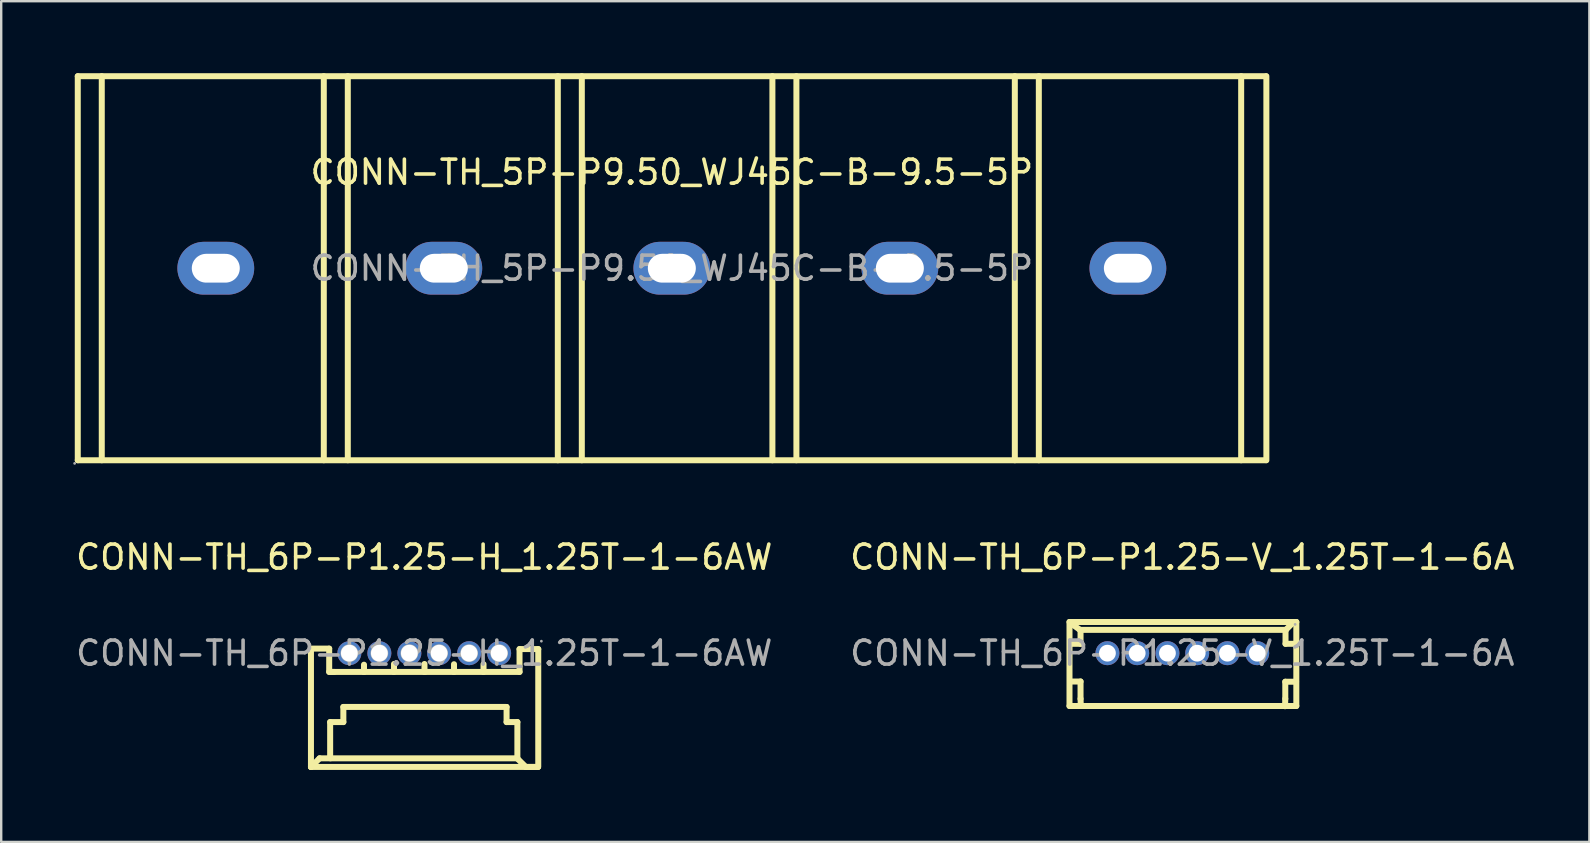
<source format=kicad_pcb>
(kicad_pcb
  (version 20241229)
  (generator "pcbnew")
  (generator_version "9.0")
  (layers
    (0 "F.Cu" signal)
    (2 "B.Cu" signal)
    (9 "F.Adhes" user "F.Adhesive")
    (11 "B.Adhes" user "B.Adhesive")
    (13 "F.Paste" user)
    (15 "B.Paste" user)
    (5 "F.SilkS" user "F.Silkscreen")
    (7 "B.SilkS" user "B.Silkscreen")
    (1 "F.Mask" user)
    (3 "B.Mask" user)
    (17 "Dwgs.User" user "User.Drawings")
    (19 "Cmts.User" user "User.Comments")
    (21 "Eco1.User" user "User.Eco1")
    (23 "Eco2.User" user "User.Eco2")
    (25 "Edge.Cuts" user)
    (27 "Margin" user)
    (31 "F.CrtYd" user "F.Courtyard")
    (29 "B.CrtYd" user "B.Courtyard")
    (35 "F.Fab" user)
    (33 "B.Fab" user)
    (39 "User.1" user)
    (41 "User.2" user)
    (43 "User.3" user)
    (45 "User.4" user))
  (footprint "CONN-TH_5P-P9.50_WJ45C-B-9.5-5P"
    (layer "F.Cu")
    (at 24.94 8.125)
    (property "Reference" "CONN-TH_5P-P9.50_WJ45C-B-9.5-5P" (at 0 -4 0) (layer "F.SilkS") (effects (font (size 1 1) (thickness 0.15))))
    (attr through_hole)
    (fp_line (start -24.75 -8) (end -24.75 8) (stroke (width 0.25) (type solid)) (layer "F.SilkS"))
    (fp_line (start -24.75 -8) (end 24.75 -8) (stroke (width 0.25) (type solid)) (layer "F.SilkS"))
    (fp_line (start -24.75 8) (end 24.75 8) (stroke (width 0.25) (type solid)) (layer "F.SilkS"))
    (fp_line (start -23.75 -8) (end -23.75 8) (stroke (width 0.25) (type solid)) (layer "F.SilkS"))
    (fp_line (start -14.5 -8) (end -14.5 8) (stroke (width 0.25) (type solid)) (layer "F.SilkS"))
    (fp_line (start -13.5 -8) (end -13.5 8) (stroke (width 0.25) (type solid)) (layer "F.SilkS"))
    (fp_line (start -4.75 -8) (end -4.75 8) (stroke (width 0.25) (type solid)) (layer "F.SilkS"))
    (fp_line (start -3.75 -8) (end -3.75 8) (stroke (width 0.25) (type solid)) (layer "F.SilkS"))
    (fp_line (start 4.19 -8) (end 4.19 8) (stroke (width 0.25) (type solid)) (layer "F.SilkS"))
    (fp_line (start 5.19 -8) (end 5.19 8) (stroke (width 0.25) (type solid)) (layer "F.SilkS"))
    (fp_line (start 14.29 -8) (end 14.29 8) (stroke (width 0.25) (type solid)) (layer "F.SilkS"))
    (fp_line (start 15.29 -8) (end 15.29 8) (stroke (width 0.25) (type solid)) (layer "F.SilkS"))
    (fp_line (start 23.72 -8) (end 23.72 8) (stroke (width 0.25) (type solid)) (layer "F.SilkS"))
    (fp_line (start 24.77 -8) (end 24.77 8) (stroke (width 0.25) (type solid)) (layer "F.SilkS"))
    (fp_circle (center -24.88 8.13) (end -24.85 8.13) (stroke (width 0.06) (type solid)) (fill no) (layer "F.Fab"))
    (fp_text user "${REFERENCE}" (at 0 0 0) (layer "F.Fab") (effects (font (size 1 1) (thickness 0.15))))
    (pad "1" thru_hole oval (at -19 0) (size 3.2 2.2) (drill oval 2 1.2) (layers "*.Cu" "*.Paste" "*.Mask"))
    (pad "2" thru_hole oval (at -9.5 0) (size 3.2 2.2) (drill oval 2 1.2) (layers "*.Cu" "*.Paste" "*.Mask"))
    (pad "3" thru_hole oval (at 0 0) (size 3.2 2.2) (drill oval 2 1.2) (layers "*.Cu" "*.Paste" "*.Mask"))
    (pad "4" thru_hole oval (at 9.5 0) (size 3.2 2.2) (drill oval 2 1.2) (layers "*.Cu" "*.Paste" "*.Mask"))
    (pad "5" thru_hole oval (at 19 0) (size 3.2 2.2) (drill oval 2 1.2) (layers "*.Cu" "*.Paste" "*.Mask")))
  (footprint "CONN-TH_6P-P1.25-H_1.25T-1-6AW"
    (layer "F.Cu")
    (at 14.625 24.163)
    (property "Reference" "CONN-TH_6P-P1.25-H_1.25T-1-6AW" (at 0 -4 0) (layer "F.SilkS") (effects (font (size 1 1) (thickness 0.15))))
    (attr through_hole)
    (fp_line (start -4.72 -0.19) (end -3.96 -0.19) (stroke (width 0.25) (type solid)) (layer "F.SilkS"))
    (fp_line (start -4.72 4.74) (end -4.72 -0.16) (stroke (width 0.25) (type solid)) (layer "F.SilkS"))
    (fp_line (start -4.72 4.74) (end -4.7 4.71) (stroke (width 0.25) (type solid)) (layer "F.SilkS"))
    (fp_line (start -4.36 4.38) (end -4.72 4.74) (stroke (width 0.25) (type solid)) (layer "F.SilkS"))
    (fp_line (start -3.96 -0.19) (end -3.96 0.78) (stroke (width 0.25) (type solid)) (layer "F.SilkS"))
    (fp_line (start -3.96 0.78) (end -3.75 0.78) (stroke (width 0.25) (type solid)) (layer "F.SilkS"))
    (fp_line (start -3.92 2.87) (end -3.92 4.35) (stroke (width 0.25) (type solid)) (layer "F.SilkS"))
    (fp_line (start -3.92 4.35) (end -3.91 4.38) (stroke (width 0.25) (type solid)) (layer "F.SilkS"))
    (fp_line (start -3.37 2.24) (end -3.37 2.87) (stroke (width 0.25) (type solid)) (layer "F.SilkS"))
    (fp_line (start -3.37 2.87) (end -3.92 2.87) (stroke (width 0.25) (type solid)) (layer "F.SilkS"))
    (fp_line (start -2.51 0.78) (end -3.87 0.78) (stroke (width 0.25) (type solid)) (layer "F.SilkS"))
    (fp_line (start -2.51 0.78) (end -2.51 0.48) (stroke (width 0.25) (type solid)) (layer "F.SilkS"))
    (fp_line (start -1.29 0.78) (end -2.51 0.78) (stroke (width 0.25) (type solid)) (layer "F.SilkS"))
    (fp_line (start -1.26 0.78) (end -1.26 0.45) (stroke (width 0.25) (type solid)) (layer "F.SilkS"))
    (fp_line (start 0.01 0.78) (end 0.01 0.45) (stroke (width 0.25) (type solid)) (layer "F.SilkS"))
    (fp_line (start 0.03 0.78) (end -1.26 0.78) (stroke (width 0.25) (type solid)) (layer "F.SilkS"))
    (fp_line (start 1.23 0.78) (end 0.01 0.78) (stroke (width 0.25) (type solid)) (layer "F.SilkS"))
    (fp_line (start 1.24 0.78) (end 1.24 0.46) (stroke (width 0.25) (type solid)) (layer "F.SilkS"))
    (fp_line (start 2.46 0.78) (end 1.24 0.78) (stroke (width 0.25) (type solid)) (layer "F.SilkS"))
    (fp_line (start 2.47 0.78) (end 2.47 0.46) (stroke (width 0.25) (type solid)) (layer "F.SilkS"))
    (fp_line (start 3.43 2.24) (end -3.37 2.24) (stroke (width 0.25) (type solid)) (layer "F.SilkS"))
    (fp_line (start 3.43 2.87) (end 3.43 2.24) (stroke (width 0.25) (type solid)) (layer "F.SilkS"))
    (fp_line (start 3.87 4.38) (end -4.36 4.38) (stroke (width 0.25) (type solid)) (layer "F.SilkS"))
    (fp_line (start 3.87 4.38) (end 3.87 4.35) (stroke (width 0.25) (type solid)) (layer "F.SilkS"))
    (fp_line (start 3.88 2.87) (end 3.43 2.87) (stroke (width 0.25) (type solid)) (layer "F.SilkS"))
    (fp_line (start 3.88 4.34) (end 3.88 2.87) (stroke (width 0.25) (type solid)) (layer "F.SilkS"))
    (fp_line (start 3.97 -0.17) (end 3.97 0.78) (stroke (width 0.25) (type solid)) (layer "F.SilkS"))
    (fp_line (start 3.97 0.78) (end 2.47 0.78) (stroke (width 0.25) (type solid)) (layer "F.SilkS"))
    (fp_line (start 4.23 4.74) (end 3.87 4.38) (stroke (width 0.25) (type solid)) (layer "F.SilkS"))
    (fp_line (start 4.74 4.74) (end -4.71 4.74) (stroke (width 0.25) (type solid)) (layer "F.SilkS"))
    (fp_line (start 4.74 4.74) (end 4.23 4.74) (stroke (width 0.25) (type solid)) (layer "F.SilkS"))
    (fp_line (start 4.75 -0.17) (end 3.97 -0.17) (stroke (width 0.25) (type solid)) (layer "F.SilkS"))
    (fp_line (start 4.75 4.73) (end 4.75 -0.17) (stroke (width 0.25) (type solid)) (layer "F.SilkS"))
    (fp_circle (center -3.12 0) (end -3 0) (stroke (width 0.25) (type solid)) (fill no) (layer "F.Fab"))
    (fp_circle (center -1.87 0) (end -1.75 0) (stroke (width 0.25) (type solid)) (fill no) (layer "F.Fab"))
    (fp_circle (center -0.62 0) (end -0.5 0) (stroke (width 0.25) (type solid)) (fill no) (layer "F.Fab"))
    (fp_circle (center 0.62 0) (end 0.74 0) (stroke (width 0.25) (type solid)) (fill no) (layer "F.Fab"))
    (fp_circle (center 1.87 0) (end 1.99 0) (stroke (width 0.25) (type solid)) (fill no) (layer "F.Fab"))
    (fp_circle (center 3.12 0) (end 3.24 0) (stroke (width 0.25) (type solid)) (fill no) (layer "F.Fab"))
    (fp_circle (center 4.88 -0.5) (end 4.91 -0.5) (stroke (width 0.06) (type solid)) (fill no) (layer "F.Fab"))
    (fp_text user "${REFERENCE}" (at 0 0 0) (layer "F.Fab") (effects (font (size 1 1) (thickness 0.15))))
    (pad "1" thru_hole circle (at 3.12 0 180) (size 1 1) (drill 0.7) (layers "*.Cu" "*.Paste" "*.Mask"))
    (pad "2" thru_hole circle (at 1.87 0 180) (size 1 1) (drill 0.7) (layers "*.Cu" "*.Paste" "*.Mask"))
    (pad "3" thru_hole circle (at 0.62 0 180) (size 1 1) (drill 0.7) (layers "*.Cu" "*.Paste" "*.Mask"))
    (pad "4" thru_hole circle (at -0.62 0 180) (size 1 1) (drill 0.7) (layers "*.Cu" "*.Paste" "*.Mask"))
    (pad "5" thru_hole circle (at -1.87 0 180) (size 1 1) (drill 0.7) (layers "*.Cu" "*.Paste" "*.Mask"))
    (pad "6" thru_hole circle (at -3.12 0 180) (size 1 1) (drill 0.7) (layers "*.Cu" "*.Paste" "*.Mask")))
  (footprint "CONN-TH_6P-P1.25-V_1.25T-1-6A"
    (layer "F.Cu")
    (at 46.208 24.163)
    (property "Reference" "CONN-TH_6P-P1.25-V_1.25T-1-6A" (at 0 -4 0) (layer "F.SilkS") (effects (font (size 1 1) (thickness 0.15))))
    (attr through_hole)
    (fp_line (start -4.7 2.2) (end -4.7 -1.3) (stroke (width 0.25) (type solid)) (layer "F.SilkS"))
    (fp_line (start -4.66 1.18) (end -4.24 1.18) (stroke (width 0.25) (type solid)) (layer "F.SilkS"))
    (fp_line (start -4.26 -0.97) (end -4.68 -1.27) (stroke (width 0.25) (type solid)) (layer "F.SilkS"))
    (fp_line (start -4.24 -0.97) (end -4.24 -0.39) (stroke (width 0.25) (type solid)) (layer "F.SilkS"))
    (fp_line (start -4.24 -0.39) (end -4.68 -0.39) (stroke (width 0.25) (type solid)) (layer "F.SilkS"))
    (fp_line (start -4.24 1.18) (end -4.24 1.9) (stroke (width 0.25) (type solid)) (layer "F.SilkS"))
    (fp_line (start -4.24 1.9) (end -4.23 2.18) (stroke (width 0.25) (type solid)) (layer "F.SilkS"))
    (fp_line (start 4.29 1.19) (end 4.29 1.9) (stroke (width 0.25) (type solid)) (layer "F.SilkS"))
    (fp_line (start 4.29 1.9) (end 4.28 2.21) (stroke (width 0.25) (type solid)) (layer "F.SilkS"))
    (fp_line (start 4.3 -0.97) (end 4.3 -0.39) (stroke (width 0.25) (type solid)) (layer "F.SilkS"))
    (fp_line (start 4.3 -0.39) (end 4.74 -0.39) (stroke (width 0.25) (type solid)) (layer "F.SilkS"))
    (fp_line (start 4.31 -0.97) (end -4.26 -0.97) (stroke (width 0.25) (type solid)) (layer "F.SilkS"))
    (fp_line (start 4.62 -1.28) (end 4.31 -0.97) (stroke (width 0.25) (type solid)) (layer "F.SilkS"))
    (fp_line (start 4.74 -1.28) (end 4.62 -1.28) (stroke (width 0.25) (type solid)) (layer "F.SilkS"))
    (fp_line (start 4.74 1.19) (end 4.29 1.19) (stroke (width 0.25) (type solid)) (layer "F.SilkS"))
    (fp_line (start 4.75 -1.3) (end -4.7 -1.3) (stroke (width 0.25) (type solid)) (layer "F.SilkS"))
    (fp_line (start 4.75 2.2) (end -4.7 2.2) (stroke (width 0.25) (type solid)) (layer "F.SilkS"))
    (fp_line (start 4.75 2.2) (end 4.75 -1.3) (stroke (width 0.25) (type solid)) (layer "F.SilkS"))
    (fp_circle (center 4.7 -1.2) (end 4.73 -1.2) (stroke (width 0.06) (type solid)) (fill no) (layer "F.Fab"))
    (fp_text user "${REFERENCE}" (at 0 0 0) (layer "F.Fab") (effects (font (size 1 1) (thickness 0.15))))
    (pad "1" thru_hole circle (at 3.12 0 180) (size 1 1) (drill 0.7) (layers "*.Cu" "*.Paste" "*.Mask"))
    (pad "2" thru_hole circle (at 1.88 0 180) (size 1 1) (drill 0.7) (layers "*.Cu" "*.Paste" "*.Mask"))
    (pad "3" thru_hole circle (at 0.62 0 180) (size 1 1) (drill 0.7) (layers "*.Cu" "*.Paste" "*.Mask"))
    (pad "4" thru_hole circle (at -0.62 0 180) (size 1 1) (drill 0.7) (layers "*.Cu" "*.Paste" "*.Mask"))
    (pad "5" thru_hole circle (at -1.88 0 180) (size 1 1) (drill 0.7) (layers "*.Cu" "*.Paste" "*.Mask"))
    (pad "6" thru_hole circle (at -3.12 0 180) (size 1 1) (drill 0.7) (layers "*.Cu" "*.Paste" "*.Mask")))
  (gr_rect
    (start -3 -3)
    (end 63.167 32.028)
    (stroke (width 0.1) (type default))
    (fill no)
    (layer "Edge.Cuts")))
</source>
